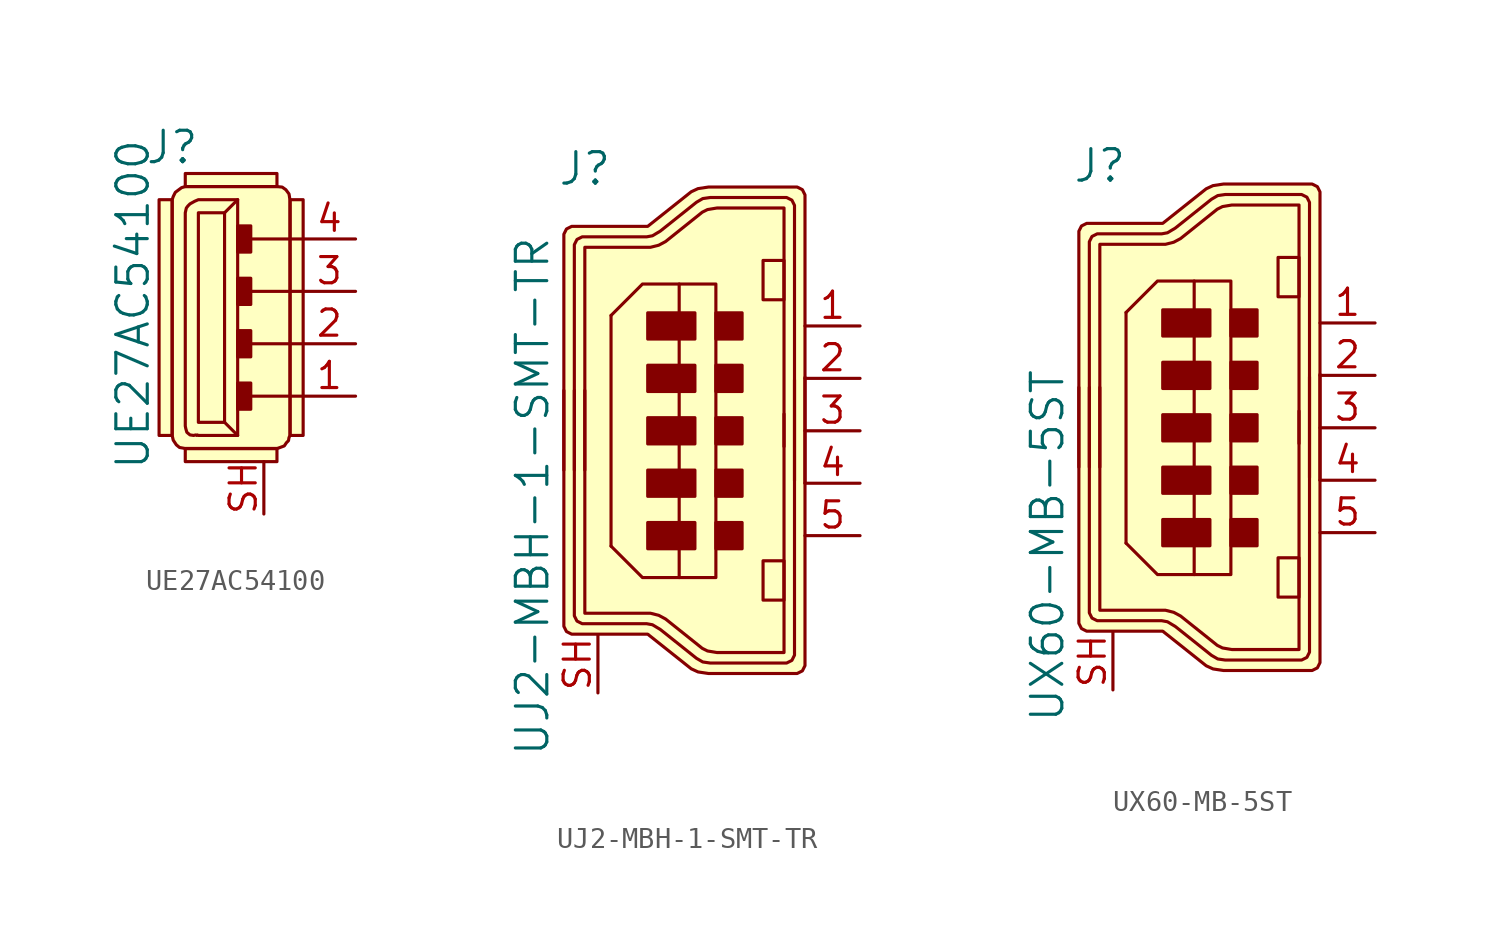
<source format=kicad_sym>
(kicad_symbol_lib
  (version 20211014)
  (generator kicad_symbol_editor)
  (symbol "UE27AC54100"
    (pin_names
      (offset 1.016))
    (property "Reference" "J"
      (at -1.27 9.525 0)
      (effects (font (size 1.524 1.524))))
    (property "Value" "UE27AC54100"
      (at -3.175 1.905 90)
      (effects (font (size 1.524 1.524))))
    (symbol "UE27AC54100_0_1"
      (rectangle (start -1.27 -4.445) (end -1.905 6.985) (stroke (width 0) (type default) (color 0 0 0 0)) (fill (type background)))
      (polyline (pts (xy 1.27 -3.81) (xy 1.905 -4.445)) (stroke (width 0) (type default) (color 0 0 0 0)) (fill (type none)))
      (polyline (pts (xy 1.27 6.35) (xy 1.905 6.985)) (stroke (width 0) (type default) (color 0 0 0 0)) (fill (type none)))
      (polyline (pts (xy 5.08 -2.54) (xy 2.54 -2.54)) (stroke (width 0) (type default) (color 0 0 0 0)) (fill (type none)))
      (polyline (pts (xy 5.08 0) (xy 2.54 0)) (stroke (width 0) (type default) (color 0 0 0 0)) (fill (type none)))
      (polyline (pts (xy 5.08 2.54) (xy 2.54 2.54)) (stroke (width 0) (type default) (color 0 0 0 0)) (fill (type none)))
      (polyline (pts (xy 5.08 5.08) (xy 2.54 5.08)) (stroke (width 0) (type default) (color 0 0 0 0)) (fill (type none)))
      (polyline (pts (xy -0.635 6.35) (xy -0.635 -3.81) (xy -0.635 -3.988) (xy -0.61 -4.115) (xy -0.559 -4.293) (xy -0.406 -4.42) (xy -0.229 -4.445) (xy -0.127 -4.42) (xy -0.076 -4.445) (xy -0.051 -4.42) (xy 0 -4.445) (xy 1.905 -4.445) (xy 1.905 6.985) (xy 0 6.985) (xy -0.178 6.909) (xy -0.406 6.782) (xy -0.508 6.68) (xy -0.584 6.579) (xy -0.635 6.35)) (stroke (width 0) (type default) (color 0 0 0 0)) (fill (type none)))
      (polyline (pts (xy -0.635 -5.08) (xy 3.81 -5.08) (xy 3.962 -5.029) (xy 4.166 -4.953) (xy 4.267 -4.801) (xy 4.369 -4.699) (xy 4.394 -4.547) (xy 4.445 -4.445) (xy 4.445 6.985) (xy 4.42 7.087) (xy 4.42 7.112) (xy 4.394 7.264) (xy 4.242 7.468) (xy 4.064 7.595) (xy 3.81 7.62) (xy -0.635 7.62) (xy -0.813 7.569) (xy -1.118 7.341) (xy -1.219 7.137) (xy -1.27 6.985) (xy -1.27 -4.445) (xy -1.219 -4.674) (xy -1.067 -4.902) (xy -0.914 -5.029) (xy -0.635 -5.08)) (stroke (width 0) (type default) (color 0 0 0 0)) (fill (type background)))
      (rectangle (start 1.27 6.35) (end 0 -3.81) (stroke (width 0) (type default) (color 0 0 0 0)) (fill (type none)))
      (rectangle (start 2.54 -1.905) (end 1.905 -3.175) (stroke (width 0) (type default) (color 0 0 0 0)) (fill (type outline)))
      (rectangle (start 2.54 0.635) (end 1.905 -0.635) (stroke (width 0) (type default) (color 0 0 0 0)) (fill (type outline)))
      (rectangle (start 2.54 3.175) (end 1.905 1.905) (stroke (width 0) (type default) (color 0 0 0 0)) (fill (type outline)))
      (rectangle (start 2.54 4.445) (end 1.905 5.715) (stroke (width 0) (type default) (color 0 0 0 0)) (fill (type outline)))
      (rectangle (start 3.81 -5.08) (end -0.635 -5.715) (stroke (width 0) (type default) (color 0 0 0 0)) (fill (type background)))
      (rectangle (start 3.81 7.62) (end -0.635 8.255) (stroke (width 0) (type default) (color 0 0 0 0)) (fill (type background)))
      (rectangle (start 4.445 6.985) (end 5.08 -4.445) (stroke (width 0) (type default) (color 0 0 0 0)) (fill (type background))))
    (symbol "UE27AC54100_1_1"
      (pin passive line (at 7.62 -2.54 180) (length 2.54) (name "~" (effects (font (size 1.27 1.27)))) (number "1" (effects (font (size 1.27 1.27)))))
      (pin passive line (at 7.62 0 180) (length 2.54) (name "~" (effects (font (size 1.27 1.27)))) (number "2" (effects (font (size 1.27 1.27)))))
      (pin passive line (at 7.62 2.54 180) (length 2.54) (name "~" (effects (font (size 1.27 1.27)))) (number "3" (effects (font (size 1.27 1.27)))))
      (pin passive line (at 7.62 5.08 180) (length 2.54) (name "~" (effects (font (size 1.27 1.27)))) (number "4" (effects (font (size 1.27 1.27)))))
      (pin passive line (at 3.175 -8.255 90) (length 2.54) (name "~" (effects (font (size 1.27 1.27)))) (number "SH" (effects (font (size 1.27 1.27)))))))
  (symbol "UJ2-MBH-1-SMT-TR"
    (pin_names
      (offset 1.016))
    (property "Reference" "J"
      (at -5.715 12.7 0)
      (effects (font (size 1.524 1.524))))
    (property "Value" "UJ2-MBH-1-SMT-TR"
      (at -8.255 -3.175 90)
      (effects (font (size 1.524 1.524))))
    (symbol "UJ2-MBH-1-SMT-TR_0_1"
      (rectangle (start -0.381 -5.715) (end -2.667 -4.445) (stroke (width 0) (type default) (color 0 0 0 0)) (fill (type outline)))
      (rectangle (start -0.381 -3.175) (end -2.667 -1.905) (stroke (width 0) (type default) (color 0 0 0 0)) (fill (type outline)))
      (rectangle (start -0.381 -0.635) (end -2.667 0.635) (stroke (width 0) (type default) (color 0 0 0 0)) (fill (type outline)))
      (rectangle (start -0.381 1.905) (end -2.667 3.175) (stroke (width 0) (type default) (color 0 0 0 0)) (fill (type outline)))
      (rectangle (start -0.381 4.445) (end -2.667 5.715) (stroke (width 0) (type default) (color 0 0 0 0)) (fill (type outline)))
      (polyline (pts (xy -4.445 5.588) (xy -4.445 -5.588)) (stroke (width 0) (type default) (color 0 0 0 0)) (fill (type none)))
      (polyline (pts (xy -4.445 -5.588) (xy -2.921 -7.112) (xy -1.143 -7.112)) (stroke (width 0) (type default) (color 0 0 0 0)) (fill (type none)))
      (polyline (pts (xy -4.445 5.588) (xy -2.921 7.112) (xy -1.143 7.112)) (stroke (width 0) (type default) (color 0 0 0 0)) (fill (type none)))
      (polyline (pts (xy 3.937 -0.762) (xy 3.937 10.795) (xy 0.686 10.795) (xy 0.229 10.719) (xy -0.025 10.592) (xy -1.803 9.169) (xy -2.134 8.992) (xy -2.54 8.89) (xy -5.715 8.89) (xy -5.715 -1.905)) (stroke (width 0) (type default) (color 0 0 0 0)) (fill (type none)))
      (polyline (pts (xy 3.937 0.813) (xy 3.937 -10.744) (xy 0.686 -10.744) (xy 0.229 -10.668) (xy -0.025 -10.541) (xy -1.803 -9.119) (xy -2.134 -8.941) (xy -2.54 -8.839) (xy -5.715 -8.839) (xy -5.715 1.956)) (stroke (width 0) (type default) (color 0 0 0 0)) (fill (type none)))
      (polyline (pts (xy 4.953 -2.54) (xy 4.953 11.176) (xy 4.953 11.43) (xy 4.826 11.684) (xy 4.572 11.811) (xy 4.318 11.811) (xy 0.279 11.811) (xy -0.229 11.735) (xy -0.559 11.582) (xy -2.667 9.906) (xy -6.096 9.906) (xy -6.35 9.906) (xy -6.604 9.779) (xy -6.731 9.525) (xy -6.731 9.271) (xy -6.731 -1.905)) (stroke (width 0) (type default) (color 0 0 0 0)) (fill (type background)))
      (polyline (pts (xy 4.953 2.591) (xy 4.953 -11.125) (xy 4.953 -11.379) (xy 4.826 -11.633) (xy 4.572 -11.76) (xy 4.318 -11.76) (xy 0.279 -11.76) (xy -0.229 -11.684) (xy -0.559 -11.532) (xy -2.667 -9.855) (xy -6.096 -9.855) (xy -6.35 -9.855) (xy -6.604 -9.728) (xy -6.731 -9.474) (xy -6.731 -9.22) (xy -6.731 1.956)) (stroke (width 0) (type default) (color 0 0 0 0)) (fill (type background)))
      (polyline (pts (xy 4.445 -2.413) (xy 4.445 10.668) (xy 4.445 10.922) (xy 4.318 11.176) (xy 4.064 11.303) (xy 3.81 11.303) (xy 0.356 11.303) (xy 0 11.252) (xy -0.305 11.074) (xy -2.057 9.677) (xy -2.438 9.449) (xy -2.718 9.398) (xy -5.588 9.398) (xy -5.842 9.398) (xy -6.096 9.271) (xy -6.223 9.017) (xy -6.223 8.763) (xy -6.223 -1.905)) (stroke (width 0) (type default) (color 0 0 0 0)) (fill (type none)))
      (polyline (pts (xy 4.445 2.464) (xy 4.445 -10.617) (xy 4.445 -10.871) (xy 4.318 -11.125) (xy 4.064 -11.252) (xy 3.81 -11.252) (xy 0.356 -11.252) (xy 0 -11.201) (xy -0.305 -11.024) (xy -2.057 -9.627) (xy -2.438 -9.398) (xy -2.718 -9.347) (xy -5.588 -9.347) (xy -5.842 -9.347) (xy -6.096 -9.22) (xy -6.223 -8.966) (xy -6.223 -8.712) (xy -6.223 1.956)) (stroke (width 0) (type default) (color 0 0 0 0)) (fill (type none)))
      (rectangle (start 0.635 -7.112) (end -1.143 7.112) (stroke (width 0) (type default) (color 0 0 0 0)) (fill (type none)))
      (rectangle (start 1.905 -4.445) (end 0.635 -5.715) (stroke (width 0) (type default) (color 0 0 0 0)) (fill (type outline)))
      (rectangle (start 1.905 -1.905) (end 0.635 -3.175) (stroke (width 0) (type default) (color 0 0 0 0)) (fill (type outline)))
      (rectangle (start 1.905 0.635) (end 0.635 -0.635) (stroke (width 0) (type default) (color 0 0 0 0)) (fill (type outline)))
      (rectangle (start 1.905 3.175) (end 0.635 1.905) (stroke (width 0) (type default) (color 0 0 0 0)) (fill (type outline)))
      (rectangle (start 1.905 5.715) (end 0.635 4.445) (stroke (width 0) (type default) (color 0 0 0 0)) (fill (type outline)))
      (rectangle (start 2.921 -8.204) (end 3.937 -6.299) (stroke (width 0) (type default) (color 0 0 0 0)) (fill (type none)))
      (rectangle (start 2.921 8.255) (end 3.937 6.35) (stroke (width 0) (type default) (color 0 0 0 0)) (fill (type none))))
    (symbol "UJ2-MBH-1-SMT-TR_1_1"
      (pin passive line (at 7.62 5.08 180) (length 2.667) (name "~" (effects (font (size 1.27 1.27)))) (number "1" (effects (font (size 1.27 1.27)))))
      (pin passive line (at 7.62 2.54 180) (length 2.667) (name "~" (effects (font (size 1.27 1.27)))) (number "2" (effects (font (size 1.27 1.27)))))
      (pin passive line (at 7.62 0 180) (length 2.667) (name "~" (effects (font (size 1.27 1.27)))) (number "3" (effects (font (size 1.27 1.27)))))
      (pin passive line (at 7.62 -2.54 180) (length 2.667) (name "~" (effects (font (size 1.27 1.27)))) (number "4" (effects (font (size 1.27 1.27)))))
      (pin passive line (at 7.62 -5.08 180) (length 2.667) (name "~" (effects (font (size 1.27 1.27)))) (number "5" (effects (font (size 1.27 1.27)))))
      (pin passive line (at -5.08 -12.7 90) (length 2.794) (name "~" (effects (font (size 1.27 1.27)))) (number "SH" (effects (font (size 1.27 1.27)))))))
  (symbol "UX60-MB-5ST"
    (pin_names
      (offset 1.016))
    (property "Reference" "J"
      (at -5.715 12.7 0)
      (effects (font (size 1.524 1.524))))
    (property "Value" "UX60-MB-5ST"
      (at -8.255 -5.715 90)
      (effects (font (size 1.524 1.524))))
    (symbol "UX60-MB-5ST_0_1"
      (rectangle (start -0.381 -5.715) (end -2.667 -4.445) (stroke (width 0) (type default) (color 0 0 0 0)) (fill (type outline)))
      (rectangle (start -0.381 -3.175) (end -2.667 -1.905) (stroke (width 0) (type default) (color 0 0 0 0)) (fill (type outline)))
      (rectangle (start -0.381 -0.635) (end -2.667 0.635) (stroke (width 0) (type default) (color 0 0 0 0)) (fill (type outline)))
      (rectangle (start -0.381 1.905) (end -2.667 3.175) (stroke (width 0) (type default) (color 0 0 0 0)) (fill (type outline)))
      (rectangle (start -0.381 4.445) (end -2.667 5.715) (stroke (width 0) (type default) (color 0 0 0 0)) (fill (type outline)))
      (polyline (pts (xy -4.445 5.588) (xy -4.445 -5.588)) (stroke (width 0) (type default) (color 0 0 0 0)) (fill (type none)))
      (polyline (pts (xy -4.445 -5.588) (xy -2.921 -7.112) (xy -1.143 -7.112)) (stroke (width 0) (type default) (color 0 0 0 0)) (fill (type none)))
      (polyline (pts (xy -4.445 5.588) (xy -2.921 7.112) (xy -1.143 7.112)) (stroke (width 0) (type default) (color 0 0 0 0)) (fill (type none)))
      (polyline (pts (xy 3.937 -0.762) (xy 3.937 10.795) (xy 0.686 10.795) (xy 0.229 10.719) (xy -0.025 10.592) (xy -1.803 9.169) (xy -2.134 8.992) (xy -2.54 8.89) (xy -5.715 8.89) (xy -5.715 -1.905)) (stroke (width 0) (type default) (color 0 0 0 0)) (fill (type none)))
      (polyline (pts (xy 3.937 0.813) (xy 3.937 -10.744) (xy 0.686 -10.744) (xy 0.229 -10.668) (xy -0.025 -10.541) (xy -1.803 -9.119) (xy -2.134 -8.941) (xy -2.54 -8.839) (xy -5.715 -8.839) (xy -5.715 1.956)) (stroke (width 0) (type default) (color 0 0 0 0)) (fill (type none)))
      (polyline (pts (xy 4.953 -2.54) (xy 4.953 11.176) (xy 4.953 11.43) (xy 4.826 11.684) (xy 4.572 11.811) (xy 4.318 11.811) (xy 0.279 11.811) (xy -0.229 11.735) (xy -0.559 11.582) (xy -2.667 9.906) (xy -6.096 9.906) (xy -6.35 9.906) (xy -6.604 9.779) (xy -6.731 9.525) (xy -6.731 9.271) (xy -6.731 -1.905)) (stroke (width 0) (type default) (color 0 0 0 0)) (fill (type background)))
      (polyline (pts (xy 4.953 2.591) (xy 4.953 -11.125) (xy 4.953 -11.379) (xy 4.826 -11.633) (xy 4.572 -11.76) (xy 4.318 -11.76) (xy 0.279 -11.76) (xy -0.229 -11.684) (xy -0.559 -11.532) (xy -2.667 -9.855) (xy -6.096 -9.855) (xy -6.35 -9.855) (xy -6.604 -9.728) (xy -6.731 -9.474) (xy -6.731 -9.22) (xy -6.731 1.956)) (stroke (width 0) (type default) (color 0 0 0 0)) (fill (type background)))
      (polyline (pts (xy 4.445 -2.413) (xy 4.445 10.668) (xy 4.445 10.922) (xy 4.318 11.176) (xy 4.064 11.303) (xy 3.81 11.303) (xy 0.356 11.303) (xy 0 11.252) (xy -0.305 11.074) (xy -2.057 9.677) (xy -2.438 9.449) (xy -2.718 9.398) (xy -5.588 9.398) (xy -5.842 9.398) (xy -6.096 9.271) (xy -6.223 9.017) (xy -6.223 8.763) (xy -6.223 -1.905)) (stroke (width 0) (type default) (color 0 0 0 0)) (fill (type none)))
      (polyline (pts (xy 4.445 2.464) (xy 4.445 -10.617) (xy 4.445 -10.871) (xy 4.318 -11.125) (xy 4.064 -11.252) (xy 3.81 -11.252) (xy 0.356 -11.252) (xy 0 -11.201) (xy -0.305 -11.024) (xy -2.057 -9.627) (xy -2.438 -9.398) (xy -2.718 -9.347) (xy -5.588 -9.347) (xy -5.842 -9.347) (xy -6.096 -9.22) (xy -6.223 -8.966) (xy -6.223 -8.712) (xy -6.223 1.956)) (stroke (width 0) (type default) (color 0 0 0 0)) (fill (type none)))
      (rectangle (start 0.635 -7.112) (end -1.143 7.112) (stroke (width 0) (type default) (color 0 0 0 0)) (fill (type none)))
      (rectangle (start 1.905 -4.445) (end 0.635 -5.715) (stroke (width 0) (type default) (color 0 0 0 0)) (fill (type outline)))
      (rectangle (start 1.905 -1.905) (end 0.635 -3.175) (stroke (width 0) (type default) (color 0 0 0 0)) (fill (type outline)))
      (rectangle (start 1.905 0.635) (end 0.635 -0.635) (stroke (width 0) (type default) (color 0 0 0 0)) (fill (type outline)))
      (rectangle (start 1.905 3.175) (end 0.635 1.905) (stroke (width 0) (type default) (color 0 0 0 0)) (fill (type outline)))
      (rectangle (start 1.905 5.715) (end 0.635 4.445) (stroke (width 0) (type default) (color 0 0 0 0)) (fill (type outline)))
      (rectangle (start 2.921 -8.204) (end 3.937 -6.299) (stroke (width 0) (type default) (color 0 0 0 0)) (fill (type none)))
      (rectangle (start 2.921 8.255) (end 3.937 6.35) (stroke (width 0) (type default) (color 0 0 0 0)) (fill (type none))))
    (symbol "UX60-MB-5ST_1_1"
      (pin passive line (at 7.62 5.08 180) (length 2.667) (name "~" (effects (font (size 1.27 1.27)))) (number "1" (effects (font (size 1.27 1.27)))))
      (pin passive line (at 7.62 2.54 180) (length 2.667) (name "~" (effects (font (size 1.27 1.27)))) (number "2" (effects (font (size 1.27 1.27)))))
      (pin passive line (at 7.62 0 180) (length 2.667) (name "~" (effects (font (size 1.27 1.27)))) (number "3" (effects (font (size 1.27 1.27)))))
      (pin passive line (at 7.62 -2.54 180) (length 2.667) (name "~" (effects (font (size 1.27 1.27)))) (number "4" (effects (font (size 1.27 1.27)))))
      (pin passive line (at 7.62 -5.08 180) (length 2.667) (name "~" (effects (font (size 1.27 1.27)))) (number "5" (effects (font (size 1.27 1.27)))))
      (pin passive line (at -5.08 -12.7 90) (length 2.794) (name "~" (effects (font (size 1.27 1.27)))) (number "SH" (effects (font (size 1.27 1.27))))))))
</source>
